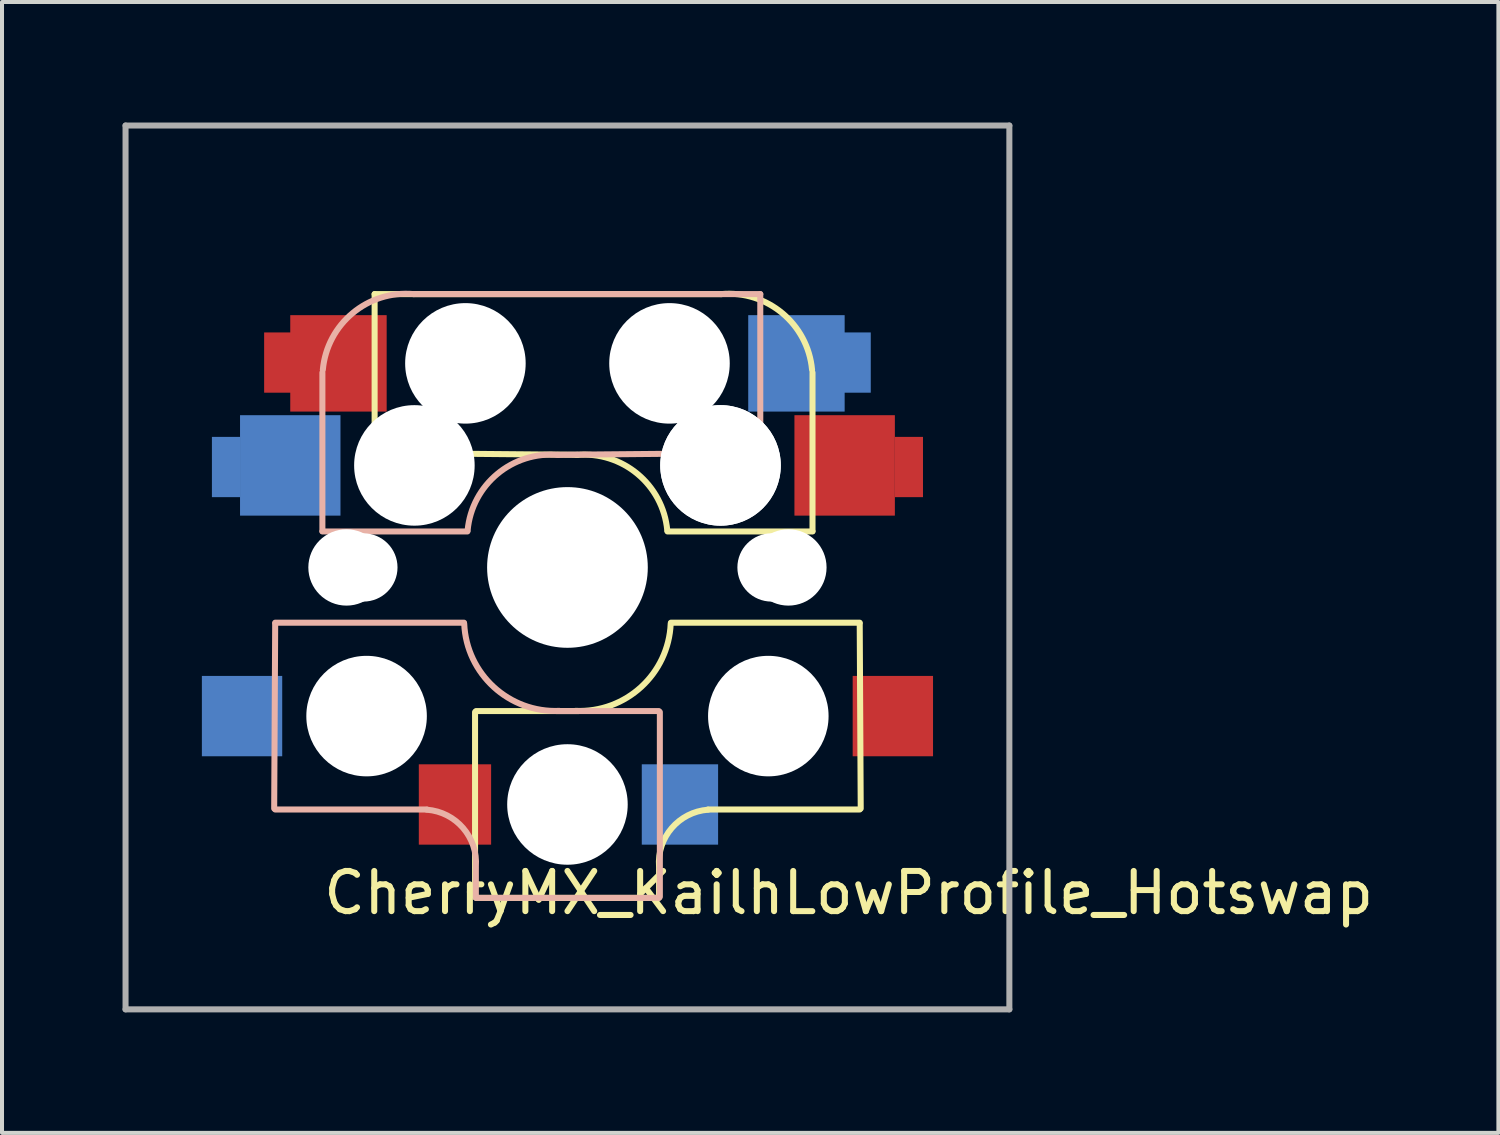
<source format=kicad_pcb>
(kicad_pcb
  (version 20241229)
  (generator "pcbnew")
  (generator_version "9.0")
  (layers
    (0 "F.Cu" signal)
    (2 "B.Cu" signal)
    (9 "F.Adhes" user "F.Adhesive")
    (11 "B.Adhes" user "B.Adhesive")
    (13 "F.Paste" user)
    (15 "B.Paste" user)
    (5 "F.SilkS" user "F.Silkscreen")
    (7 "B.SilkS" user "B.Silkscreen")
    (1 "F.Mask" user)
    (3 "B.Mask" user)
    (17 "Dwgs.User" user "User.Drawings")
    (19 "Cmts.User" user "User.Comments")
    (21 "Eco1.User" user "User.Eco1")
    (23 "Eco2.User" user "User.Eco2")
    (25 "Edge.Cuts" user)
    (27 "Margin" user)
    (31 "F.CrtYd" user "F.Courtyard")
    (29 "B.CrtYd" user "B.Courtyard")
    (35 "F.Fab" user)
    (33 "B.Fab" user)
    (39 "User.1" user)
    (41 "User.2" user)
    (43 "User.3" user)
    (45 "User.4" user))
  (footprint "CherryMX_KailhLowProfile_Hotswap"
    (layer "F.Cu")
    (at 11.075 11.075)
    (property "Reference" "CherryMX_KailhLowProfile_Hotswap" (at 7 8.1 0) (layer "F.SilkS") (effects (font (size 1 1) (thickness 0.15))))
    (attr through_hole)
    (fp_line (start -4.8 -6.804) (end 3.825 -6.804) (stroke (width 0.15) (type solid)) (layer "F.SilkS"))
    (fp_line (start -4.8 -2.896) (end -4.8 -6.804) (stroke (width 0.15) (type solid)) (layer "F.SilkS"))
    (fp_line (start -4.8 -2.85) (end 0.25 -2.804) (stroke (width 0.15) (type solid)) (layer "F.SilkS"))
    (fp_line (start -2.3 3.6) (end -2.3 8.2) (stroke (width 0.15) (type solid)) (layer "F.SilkS"))
    (fp_line (start -2.275 3.575) (end 0.275 3.575) (stroke (width 0.15) (type solid)) (layer "F.SilkS"))
    (fp_line (start -2.275 8.225) (end 2.275 8.225) (stroke (width 0.15) (type solid)) (layer "F.SilkS"))
    (fp_line (start 2.28 7.5) (end 2.28 8.2) (stroke (width 0.15) (type solid)) (layer "F.SilkS"))
    (fp_line (start 2.575 1.375) (end 7.275 1.375) (stroke (width 0.15) (type solid)) (layer "F.SilkS"))
    (fp_line (start 3.5 6.025) (end 7.275 6.025) (stroke (width 0.15) (type solid)) (layer "F.SilkS"))
    (fp_line (start 6.1 -4.85) (end 6.1 -0.905) (stroke (width 0.15) (type solid)) (layer "F.SilkS"))
    (fp_line (start 6.1 -0.896) (end 2.49 -0.896) (stroke (width 0.15) (type solid)) (layer "F.SilkS"))
    (fp_line (start 7.275 1.4) (end 7.3 6) (stroke (width 0.15) (type solid)) (layer "F.SilkS"))
    (fp_arc (start 0.225 -2.8) (mid 1.744361 -2.328062) (end 2.485001 -0.920001) (stroke (width 0.15) (type solid)) (layer "F.SilkS"))
    (fp_arc (start 2.279999 7.449999) (mid 2.595908 6.487329) (end 3.5 6.03) (stroke (width 0.15) (type solid)) (layer "F.SilkS"))
    (fp_arc (start 2.57 1.4) (mid 1.834422 2.975843) (end 0.2 3.57) (stroke (width 0.15) (type solid)) (layer "F.SilkS"))
    (fp_arc (start 3.825 -6.804) (mid 5.347189 -6.33089) (end 6.089 -4.92) (stroke (width 0.15) (type solid)) (layer "F.SilkS"))
    (fp_line (start -7.275 1.4) (end -7.3 6) (stroke (width 0.15) (type solid)) (layer "B.SilkS"))
    (fp_line (start -6.1 -4.85) (end -6.1 -0.905) (stroke (width 0.15) (type solid)) (layer "B.SilkS"))
    (fp_line (start -6.1 -0.896) (end -2.49 -0.896) (stroke (width 0.15) (type solid)) (layer "B.SilkS"))
    (fp_line (start -3.5 6.025) (end -7.275 6.025) (stroke (width 0.15) (type solid)) (layer "B.SilkS"))
    (fp_line (start -2.575 1.375) (end -7.275 1.375) (stroke (width 0.15) (type solid)) (layer "B.SilkS"))
    (fp_line (start -2.28 7.5) (end -2.28 8.2) (stroke (width 0.15) (type solid)) (layer "B.SilkS"))
    (fp_line (start 2.275 3.575) (end -0.275 3.575) (stroke (width 0.15) (type solid)) (layer "B.SilkS"))
    (fp_line (start 2.275 8.225) (end -2.275 8.225) (stroke (width 0.15) (type solid)) (layer "B.SilkS"))
    (fp_line (start 2.3 3.6) (end 2.3 8.2) (stroke (width 0.15) (type solid)) (layer "B.SilkS"))
    (fp_line (start 4.8 -6.804) (end -3.825 -6.804) (stroke (width 0.15) (type solid)) (layer "B.SilkS"))
    (fp_line (start 4.8 -2.896) (end 4.8 -6.804) (stroke (width 0.15) (type solid)) (layer "B.SilkS"))
    (fp_line (start 4.8 -2.85) (end -0.25 -2.804) (stroke (width 0.15) (type solid)) (layer "B.SilkS"))
    (fp_arc (start -6.089 -4.92) (mid -5.347189 -6.33089) (end -3.825 -6.804) (stroke (width 0.15) (type solid)) (layer "B.SilkS"))
    (fp_arc (start -3.5 6.03) (mid -2.595908 6.48733) (end -2.28 7.45) (stroke (width 0.15) (type solid)) (layer "B.SilkS"))
    (fp_arc (start -2.484999 -0.920001) (mid -1.74436 -2.328062) (end -0.225 -2.8) (stroke (width 0.15) (type solid)) (layer "B.SilkS"))
    (fp_arc (start -0.2 3.57) (mid -1.834422 2.975843) (end -2.57 1.4) (stroke (width 0.15) (type solid)) (layer "B.SilkS"))
    (fp_line (start -9 -9) (end 9 -9) (stroke (width 0.15) (type solid)) (layer "Eco2.User"))
    (fp_line (start -9 9) (end -9 -9) (stroke (width 0.15) (type solid)) (layer "Eco2.User"))
    (fp_line (start -7 -7) (end 7 -7) (stroke (width 0.15) (type solid)) (layer "Eco2.User"))
    (fp_line (start -7 7) (end -7 -7) (stroke (width 0.15) (type solid)) (layer "Eco2.User"))
    (fp_line (start 7 -7) (end 7 7) (stroke (width 0.15) (type solid)) (layer "Eco2.User"))
    (fp_line (start 7 7) (end -7 7) (stroke (width 0.15) (type solid)) (layer "Eco2.User"))
    (fp_line (start 9 -9) (end 9 9) (stroke (width 0.15) (type solid)) (layer "Eco2.User"))
    (fp_line (start 9 9) (end -9 9) (stroke (width 0.15) (type solid)) (layer "Eco2.User"))
    (fp_line (start -11 -11) (end -11 11) (stroke (width 0.15) (type solid)) (layer "F.Fab"))
    (fp_line (start -11 11) (end 11 11) (stroke (width 0.15) (type solid)) (layer "F.Fab"))
    (fp_line (start 11 -11) (end -11 -11) (stroke (width 0.15) (type solid)) (layer "F.Fab"))
    (fp_line (start 11 11) (end 11 -11) (stroke (width 0.15) (type solid)) (layer "F.Fab"))
    (pad "" np_thru_hole circle (at -5.5 0 90) (size 1.9 1.9) (drill 1.9) (layers "*.Cu" "*.Mask"))
    (pad "" np_thru_hole circle (at -5.08 0) (size 1.7 1.7) (drill 1.7) (layers "*.Cu" "*.Mask"))
    (pad "" np_thru_hole circle (at -5 3.7 90) (size 3 3) (drill 3) (layers "*.Cu" "*.Mask"))
    (pad "" np_thru_hole circle (at -3.825 -2.58 180) (size 0.1 0.1) (drill 0.1) (layers "*.Cu" "*.Mask"))
    (pad "" np_thru_hole circle (at -3.81 -2.54 180) (size 3 3) (drill 3) (layers "*.Cu" "*.Mask"))
    (pad "" np_thru_hole circle (at -2.54 -5.08 180) (size 3 3) (drill 3) (layers "*.Cu" "*.Mask"))
    (pad "" np_thru_hole circle (at 0 0 90) (size 4 4) (drill 4) (layers "*.Cu" "*.Mask"))
    (pad "" np_thru_hole circle (at 0 5.9 90) (size 3 3) (drill 3) (layers "*.Cu" "*.Mask"))
    (pad "" np_thru_hole circle (at 2.54 -5.08 180) (size 3 3) (drill 3) (layers "*.Cu" "*.Mask"))
    (pad "" np_thru_hole circle (at 3.81 -2.54 180) (size 3 3) (drill 3) (layers "*.Cu" "*.Mask"))
    (pad "" np_thru_hole circle (at 3.81 -2.54 180) (size 3 3) (drill 3) (layers "*.Cu" "*.Mask"))
    (pad "" np_thru_hole circle (at 3.825 -2.58 180) (size 0.1 0.1) (drill 0.1) (layers "*.Cu" "*.Mask"))
    (pad "" np_thru_hole circle (at 5 3.7 270) (size 3 3) (drill 3) (layers "*.Cu" "*.Mask"))
    (pad "" np_thru_hole circle (at 5.08 0) (size 1.7 1.7) (drill 1.7) (layers "*.Cu" "*.Mask"))
    (pad "" np_thru_hole circle (at 5.5 0 90) (size 1.9 1.9) (drill 1.9) (layers "*.Cu" "*.Mask"))
    (pad "1" smd rect (at -8.5 -2.5) (size 0.7 1.5) (layers "B.Cu" "B.Mask" "B.Paste"))
    (pad "1" smd rect (at -8.1 3.7 180) (size 2 2) (layers "B.Cu" "B.Mask" "B.Paste"))
    (pad "1" smd rect (at -7.2 -5.1) (size 0.7 1.5) (layers "F.Cu" "F.Mask" "F.Paste"))
    (pad "1" smd rect (at -6.9 -2.54 180) (size 2.5 2.5) (layers "B.Cu" "B.Mask" "B.Paste"))
    (pad "1" smd rect (at -5.7 -5.08 180) (size 2.4 2.4) (layers "F.Cu" "F.Mask" "F.Paste"))
    (pad "1" smd rect (at 8.1 3.7 180) (size 2 2) (layers "F.Cu" "F.Mask" "F.Paste"))
    (pad "2" smd rect (at -2.8 5.9 180) (size 1.8 2) (layers "F.Cu" "F.Mask" "F.Paste"))
    (pad "2" smd rect (at 2.8 5.9 180) (size 1.9 2) (layers "B.Cu" "B.Mask" "B.Paste"))
    (pad "2" smd rect (at 5.7 -5.08 180) (size 2.4 2.4) (layers "B.Cu" "B.Mask" "B.Paste"))
    (pad "2" smd rect (at 6.9 -2.54 180) (size 2.5 2.5) (layers "F.Cu" "F.Mask" "F.Paste"))
    (pad "2" smd rect (at 7.2 -5.1) (size 0.7 1.5) (layers "B.Cu" "B.Mask" "B.Paste"))
    (pad "2" smd rect (at 8.5 -2.5) (size 0.7 1.5) (layers "F.Cu" "F.Mask" "F.Paste")))
  (gr_rect
    (start -3 -3)
    (end 34.248 25.15)
    (stroke (width 0.1) (type default))
    (fill no)
    (layer "Edge.Cuts")))
</source>
